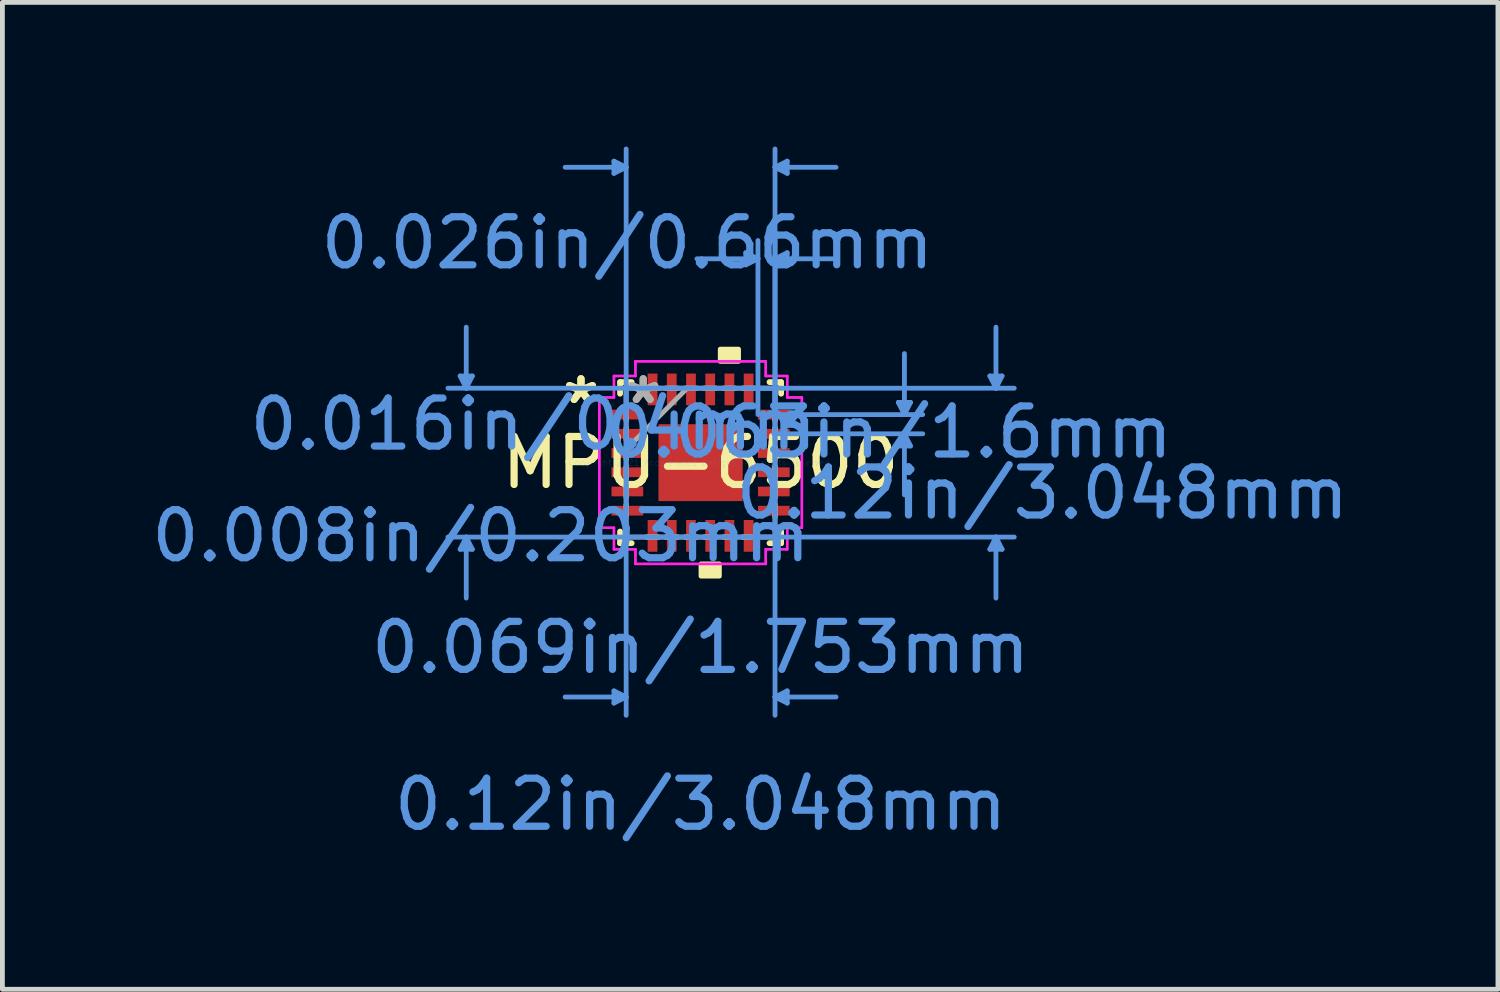
<source format=kicad_pcb>
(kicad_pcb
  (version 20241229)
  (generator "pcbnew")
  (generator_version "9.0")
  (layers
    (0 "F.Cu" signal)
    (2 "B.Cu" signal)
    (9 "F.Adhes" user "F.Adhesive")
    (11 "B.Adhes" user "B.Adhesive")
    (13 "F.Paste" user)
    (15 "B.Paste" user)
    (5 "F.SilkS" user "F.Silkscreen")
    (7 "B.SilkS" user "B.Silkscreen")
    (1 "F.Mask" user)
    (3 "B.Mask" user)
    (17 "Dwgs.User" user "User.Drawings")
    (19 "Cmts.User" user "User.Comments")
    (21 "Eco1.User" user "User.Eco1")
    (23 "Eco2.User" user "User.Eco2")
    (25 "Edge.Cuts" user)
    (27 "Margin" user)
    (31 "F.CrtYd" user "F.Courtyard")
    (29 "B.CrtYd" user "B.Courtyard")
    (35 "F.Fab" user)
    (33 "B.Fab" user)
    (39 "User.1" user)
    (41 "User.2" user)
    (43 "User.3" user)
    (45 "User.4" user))
  (footprint "MPU-6500"
    (layer "F.Cu")
    (at 11.53 6.578)
    (property "Reference" "MPU-6500" (at 0 0 0) (layer "F.SilkS") (effects (font (size 1 1) (thickness 0.15))))
    (attr through_hole)
    (fp_line (start -1.676 -1.676) (end -1.676 -1.434) (stroke (width 0.12) (type solid)) (layer "F.SilkS"))
    (fp_line (start -1.676 1.434) (end -1.676 1.676) (stroke (width 0.12) (type solid)) (layer "F.SilkS"))
    (fp_line (start -1.676 1.676) (end -1.434 1.676) (stroke (width 0.12) (type solid)) (layer "F.SilkS"))
    (fp_line (start -1.434 -1.676) (end -1.676 -1.676) (stroke (width 0.12) (type solid)) (layer "F.SilkS"))
    (fp_line (start 1.434 1.676) (end 1.676 1.676) (stroke (width 0.12) (type solid)) (layer "F.SilkS"))
    (fp_line (start 1.676 -1.676) (end 1.434 -1.676) (stroke (width 0.12) (type solid)) (layer "F.SilkS"))
    (fp_line (start 1.676 -1.434) (end 1.676 -1.676) (stroke (width 0.12) (type solid)) (layer "F.SilkS"))
    (fp_line (start 1.676 1.676) (end 1.676 1.434) (stroke (width 0.12) (type solid)) (layer "F.SilkS"))
    (fp_poly (pts (xy 0.009 2.108) (xy 0.009 2.362) (xy 0.391 2.362) (xy 0.391 2.108)) (stroke (width 0.1) (type solid)) (fill yes) (layer "F.SilkS"))
    (fp_poly (pts (xy 0.409 -2.108) (xy 0.409 -2.362) (xy 0.79 -2.362) (xy 0.79 -2.108)) (stroke (width 0.1) (type solid)) (fill yes) (layer "F.SilkS"))
    (fp_line (start -5.004 -1.803) (end -4.75 -1.803) (stroke (width 0.1) (type solid)) (layer "Cmts.User"))
    (fp_line (start -5.004 1.803) (end -4.75 1.803) (stroke (width 0.1) (type solid)) (layer "Cmts.User"))
    (fp_line (start -4.877 -1.549) (end -5.004 -1.803) (stroke (width 0.1) (type solid)) (layer "Cmts.User"))
    (fp_line (start -4.877 -1.549) (end -4.877 -2.819) (stroke (width 0.1) (type solid)) (layer "Cmts.User"))
    (fp_line (start -4.877 -1.549) (end -4.75 -1.803) (stroke (width 0.1) (type solid)) (layer "Cmts.User"))
    (fp_line (start -4.877 1.549) (end -5.004 1.803) (stroke (width 0.1) (type solid)) (layer "Cmts.User"))
    (fp_line (start -4.877 1.549) (end -4.877 2.819) (stroke (width 0.1) (type solid)) (layer "Cmts.User"))
    (fp_line (start -4.877 1.549) (end -4.75 1.803) (stroke (width 0.1) (type solid)) (layer "Cmts.User"))
    (fp_line (start -1.803 -6.274) (end -1.803 -6.02) (stroke (width 0.1) (type solid)) (layer "Cmts.User"))
    (fp_line (start -1.803 4.75) (end -1.803 5.004) (stroke (width 0.1) (type solid)) (layer "Cmts.User"))
    (fp_line (start -1.549 -6.147) (end -2.819 -6.147) (stroke (width 0.1) (type solid)) (layer "Cmts.User"))
    (fp_line (start -1.549 -6.147) (end -1.803 -6.274) (stroke (width 0.1) (type solid)) (layer "Cmts.User"))
    (fp_line (start -1.549 -6.147) (end -1.803 -6.02) (stroke (width 0.1) (type solid)) (layer "Cmts.User"))
    (fp_line (start -1.549 -1.549) (end -1.549 5.258) (stroke (width 0.1) (type solid)) (layer "Cmts.User"))
    (fp_line (start -1.549 -1) (end -1.549 -6.528) (stroke (width 0.1) (type solid)) (layer "Cmts.User"))
    (fp_line (start -1.549 4.877) (end -2.819 4.877) (stroke (width 0.1) (type solid)) (layer "Cmts.User"))
    (fp_line (start -1.549 4.877) (end -1.803 4.75) (stroke (width 0.1) (type solid)) (layer "Cmts.User"))
    (fp_line (start -1.549 4.877) (end -1.803 5.004) (stroke (width 0.1) (type solid)) (layer "Cmts.User"))
    (fp_line (start 0.94 -4.369) (end 0.94 -4.115) (stroke (width 0.1) (type solid)) (layer "Cmts.User"))
    (fp_line (start 1 -1.549) (end 6.528 -1.549) (stroke (width 0.1) (type solid)) (layer "Cmts.User"))
    (fp_line (start 1 1.549) (end 6.528 1.549) (stroke (width 0.1) (type solid)) (layer "Cmts.User"))
    (fp_line (start 1.194 -4.242) (end -0.076 -4.242) (stroke (width 0.1) (type solid)) (layer "Cmts.User"))
    (fp_line (start 1.194 -4.242) (end 0.94 -4.369) (stroke (width 0.1) (type solid)) (layer "Cmts.User"))
    (fp_line (start 1.194 -4.242) (end 0.94 -4.115) (stroke (width 0.1) (type solid)) (layer "Cmts.User"))
    (fp_line (start 1.194 -1) (end 1.194 -4.623) (stroke (width 0.1) (type solid)) (layer "Cmts.User"))
    (fp_line (start 1.524 -1) (end 4.623 -1) (stroke (width 0.1) (type solid)) (layer "Cmts.User"))
    (fp_line (start 1.524 -0.6) (end 4.623 -0.6) (stroke (width 0.1) (type solid)) (layer "Cmts.User"))
    (fp_line (start 1.549 -6.147) (end 1.803 -6.274) (stroke (width 0.1) (type solid)) (layer "Cmts.User"))
    (fp_line (start 1.549 -6.147) (end 1.803 -6.02) (stroke (width 0.1) (type solid)) (layer "Cmts.User"))
    (fp_line (start 1.549 -6.147) (end 2.819 -6.147) (stroke (width 0.1) (type solid)) (layer "Cmts.User"))
    (fp_line (start 1.549 -4.242) (end 1.803 -4.369) (stroke (width 0.1) (type solid)) (layer "Cmts.User"))
    (fp_line (start 1.549 -4.242) (end 1.803 -4.115) (stroke (width 0.1) (type solid)) (layer "Cmts.User"))
    (fp_line (start 1.549 -4.242) (end 2.819 -4.242) (stroke (width 0.1) (type solid)) (layer "Cmts.User"))
    (fp_line (start 1.549 -1.549) (end -5.258 -1.549) (stroke (width 0.1) (type solid)) (layer "Cmts.User"))
    (fp_line (start 1.549 -1.549) (end 1.549 5.258) (stroke (width 0.1) (type solid)) (layer "Cmts.User"))
    (fp_line (start 1.549 -1) (end 1.549 -6.528) (stroke (width 0.1) (type solid)) (layer "Cmts.User"))
    (fp_line (start 1.549 -1) (end 1.549 -4.623) (stroke (width 0.1) (type solid)) (layer "Cmts.User"))
    (fp_line (start 1.549 1.549) (end -5.258 1.549) (stroke (width 0.1) (type solid)) (layer "Cmts.User"))
    (fp_line (start 1.549 4.877) (end 1.803 4.75) (stroke (width 0.1) (type solid)) (layer "Cmts.User"))
    (fp_line (start 1.549 4.877) (end 1.803 5.004) (stroke (width 0.1) (type solid)) (layer "Cmts.User"))
    (fp_line (start 1.549 4.877) (end 2.819 4.877) (stroke (width 0.1) (type solid)) (layer "Cmts.User"))
    (fp_line (start 1.803 -6.274) (end 1.803 -6.02) (stroke (width 0.1) (type solid)) (layer "Cmts.User"))
    (fp_line (start 1.803 -4.369) (end 1.803 -4.115) (stroke (width 0.1) (type solid)) (layer "Cmts.User"))
    (fp_line (start 1.803 4.75) (end 1.803 5.004) (stroke (width 0.1) (type solid)) (layer "Cmts.User"))
    (fp_line (start 4.115 -1.254) (end 4.369 -1.254) (stroke (width 0.1) (type solid)) (layer "Cmts.User"))
    (fp_line (start 4.115 -0.346) (end 4.369 -0.346) (stroke (width 0.1) (type solid)) (layer "Cmts.User"))
    (fp_line (start 4.242 -1) (end 4.115 -1.254) (stroke (width 0.1) (type solid)) (layer "Cmts.User"))
    (fp_line (start 4.242 -1) (end 4.242 -2.27) (stroke (width 0.1) (type solid)) (layer "Cmts.User"))
    (fp_line (start 4.242 -1) (end 4.369 -1.254) (stroke (width 0.1) (type solid)) (layer "Cmts.User"))
    (fp_line (start 4.242 -0.6) (end 4.115 -0.346) (stroke (width 0.1) (type solid)) (layer "Cmts.User"))
    (fp_line (start 4.242 -0.6) (end 4.242 0.67) (stroke (width 0.1) (type solid)) (layer "Cmts.User"))
    (fp_line (start 4.242 -0.6) (end 4.369 -0.346) (stroke (width 0.1) (type solid)) (layer "Cmts.User"))
    (fp_line (start 6.02 -1.803) (end 6.274 -1.803) (stroke (width 0.1) (type solid)) (layer "Cmts.User"))
    (fp_line (start 6.02 1.803) (end 6.274 1.803) (stroke (width 0.1) (type solid)) (layer "Cmts.User"))
    (fp_line (start 6.147 -1.549) (end 6.02 -1.803) (stroke (width 0.1) (type solid)) (layer "Cmts.User"))
    (fp_line (start 6.147 -1.549) (end 6.147 -2.819) (stroke (width 0.1) (type solid)) (layer "Cmts.User"))
    (fp_line (start 6.147 -1.549) (end 6.274 -1.803) (stroke (width 0.1) (type solid)) (layer "Cmts.User"))
    (fp_line (start 6.147 1.549) (end 6.02 1.803) (stroke (width 0.1) (type solid)) (layer "Cmts.User"))
    (fp_line (start 6.147 1.549) (end 6.147 2.819) (stroke (width 0.1) (type solid)) (layer "Cmts.User"))
    (fp_line (start 6.147 1.549) (end 6.274 1.803) (stroke (width 0.1) (type solid)) (layer "Cmts.User"))
    (fp_line (start -2.108 -1.356) (end -1.803 -1.356) (stroke (width 0.05) (type solid)) (layer "F.CrtYd"))
    (fp_line (start -2.108 -1.356) (end -1.803 -1.356) (stroke (width 0.05) (type solid)) (layer "F.CrtYd"))
    (fp_line (start -2.108 1.356) (end -2.108 -1.356) (stroke (width 0.05) (type solid)) (layer "F.CrtYd"))
    (fp_line (start -2.108 1.356) (end -2.108 -1.356) (stroke (width 0.05) (type solid)) (layer "F.CrtYd"))
    (fp_line (start -1.803 -1.803) (end -1.356 -1.803) (stroke (width 0.05) (type solid)) (layer "F.CrtYd"))
    (fp_line (start -1.803 -1.803) (end -1.356 -1.803) (stroke (width 0.05) (type solid)) (layer "F.CrtYd"))
    (fp_line (start -1.803 -1.356) (end -1.803 -1.803) (stroke (width 0.05) (type solid)) (layer "F.CrtYd"))
    (fp_line (start -1.803 -1.356) (end -1.803 -1.803) (stroke (width 0.05) (type solid)) (layer "F.CrtYd"))
    (fp_line (start -1.803 1.356) (end -2.108 1.356) (stroke (width 0.05) (type solid)) (layer "F.CrtYd"))
    (fp_line (start -1.803 1.356) (end -2.108 1.356) (stroke (width 0.05) (type solid)) (layer "F.CrtYd"))
    (fp_line (start -1.803 1.803) (end -1.803 1.356) (stroke (width 0.05) (type solid)) (layer "F.CrtYd"))
    (fp_line (start -1.803 1.803) (end -1.803 1.356) (stroke (width 0.05) (type solid)) (layer "F.CrtYd"))
    (fp_line (start -1.356 -2.108) (end 1.356 -2.108) (stroke (width 0.05) (type solid)) (layer "F.CrtYd"))
    (fp_line (start -1.356 -2.108) (end 1.356 -2.108) (stroke (width 0.05) (type solid)) (layer "F.CrtYd"))
    (fp_line (start -1.356 -1.803) (end -1.356 -2.108) (stroke (width 0.05) (type solid)) (layer "F.CrtYd"))
    (fp_line (start -1.356 -1.803) (end -1.356 -2.108) (stroke (width 0.05) (type solid)) (layer "F.CrtYd"))
    (fp_line (start -1.356 1.803) (end -1.803 1.803) (stroke (width 0.05) (type solid)) (layer "F.CrtYd"))
    (fp_line (start -1.356 1.803) (end -1.803 1.803) (stroke (width 0.05) (type solid)) (layer "F.CrtYd"))
    (fp_line (start -1.356 2.108) (end -1.356 1.803) (stroke (width 0.05) (type solid)) (layer "F.CrtYd"))
    (fp_line (start -1.356 2.108) (end -1.356 1.803) (stroke (width 0.05) (type solid)) (layer "F.CrtYd"))
    (fp_line (start 1.356 -2.108) (end 1.356 -1.803) (stroke (width 0.05) (type solid)) (layer "F.CrtYd"))
    (fp_line (start 1.356 -2.108) (end 1.356 -1.803) (stroke (width 0.05) (type solid)) (layer "F.CrtYd"))
    (fp_line (start 1.356 -1.803) (end 1.803 -1.803) (stroke (width 0.05) (type solid)) (layer "F.CrtYd"))
    (fp_line (start 1.356 -1.803) (end 1.803 -1.803) (stroke (width 0.05) (type solid)) (layer "F.CrtYd"))
    (fp_line (start 1.356 1.803) (end 1.356 2.108) (stroke (width 0.05) (type solid)) (layer "F.CrtYd"))
    (fp_line (start 1.356 1.803) (end 1.356 2.108) (stroke (width 0.05) (type solid)) (layer "F.CrtYd"))
    (fp_line (start 1.356 2.108) (end -1.356 2.108) (stroke (width 0.05) (type solid)) (layer "F.CrtYd"))
    (fp_line (start 1.356 2.108) (end -1.356 2.108) (stroke (width 0.05) (type solid)) (layer "F.CrtYd"))
    (fp_line (start 1.803 -1.803) (end 1.803 -1.356) (stroke (width 0.05) (type solid)) (layer "F.CrtYd"))
    (fp_line (start 1.803 -1.803) (end 1.803 -1.356) (stroke (width 0.05) (type solid)) (layer "F.CrtYd"))
    (fp_line (start 1.803 -1.356) (end 2.108 -1.356) (stroke (width 0.05) (type solid)) (layer "F.CrtYd"))
    (fp_line (start 1.803 -1.356) (end 2.108 -1.356) (stroke (width 0.05) (type solid)) (layer "F.CrtYd"))
    (fp_line (start 1.803 1.356) (end 1.803 1.803) (stroke (width 0.05) (type solid)) (layer "F.CrtYd"))
    (fp_line (start 1.803 1.356) (end 1.803 1.803) (stroke (width 0.05) (type solid)) (layer "F.CrtYd"))
    (fp_line (start 1.803 1.803) (end 1.356 1.803) (stroke (width 0.05) (type solid)) (layer "F.CrtYd"))
    (fp_line (start 1.803 1.803) (end 1.356 1.803) (stroke (width 0.05) (type solid)) (layer "F.CrtYd"))
    (fp_line (start 2.108 -1.356) (end 2.108 1.356) (stroke (width 0.05) (type solid)) (layer "F.CrtYd"))
    (fp_line (start 2.108 -1.356) (end 2.108 1.356) (stroke (width 0.05) (type solid)) (layer "F.CrtYd"))
    (fp_line (start 2.108 1.356) (end 1.803 1.356) (stroke (width 0.05) (type solid)) (layer "F.CrtYd"))
    (fp_line (start 2.108 1.356) (end 1.803 1.356) (stroke (width 0.05) (type solid)) (layer "F.CrtYd"))
    (fp_line (start -1.549 -1.549) (end -1.549 -1.549) (stroke (width 0.1) (type solid)) (layer "F.Fab"))
    (fp_line (start -1.549 -1.549) (end -1.549 1.549) (stroke (width 0.1) (type solid)) (layer "F.Fab"))
    (fp_line (start -1.549 -1.127) (end -1.549 -1.127) (stroke (width 0.1) (type solid)) (layer "F.Fab"))
    (fp_line (start -1.549 -1.127) (end -1.549 -0.873) (stroke (width 0.1) (type solid)) (layer "F.Fab"))
    (fp_line (start -1.549 -0.873) (end -1.549 -1.127) (stroke (width 0.1) (type solid)) (layer "F.Fab"))
    (fp_line (start -1.549 -0.873) (end -1.549 -0.873) (stroke (width 0.1) (type solid)) (layer "F.Fab"))
    (fp_line (start -1.549 -0.727) (end -1.549 -0.727) (stroke (width 0.1) (type solid)) (layer "F.Fab"))
    (fp_line (start -1.549 -0.727) (end -1.549 -0.473) (stroke (width 0.1) (type solid)) (layer "F.Fab"))
    (fp_line (start -1.549 -0.473) (end -1.549 -0.727) (stroke (width 0.1) (type solid)) (layer "F.Fab"))
    (fp_line (start -1.549 -0.473) (end -1.549 -0.473) (stroke (width 0.1) (type solid)) (layer "F.Fab"))
    (fp_line (start -1.549 -0.327) (end -1.549 -0.327) (stroke (width 0.1) (type solid)) (layer "F.Fab"))
    (fp_line (start -1.549 -0.327) (end -1.549 -0.073) (stroke (width 0.1) (type solid)) (layer "F.Fab"))
    (fp_line (start -1.549 -0.279) (end -0.279 -1.549) (stroke (width 0.1) (type solid)) (layer "F.Fab"))
    (fp_line (start -1.549 -0.073) (end -1.549 -0.327) (stroke (width 0.1) (type solid)) (layer "F.Fab"))
    (fp_line (start -1.549 -0.073) (end -1.549 -0.073) (stroke (width 0.1) (type solid)) (layer "F.Fab"))
    (fp_line (start -1.549 0.073) (end -1.549 0.073) (stroke (width 0.1) (type solid)) (layer "F.Fab"))
    (fp_line (start -1.549 0.073) (end -1.549 0.327) (stroke (width 0.1) (type solid)) (layer "F.Fab"))
    (fp_line (start -1.549 0.327) (end -1.549 0.073) (stroke (width 0.1) (type solid)) (layer "F.Fab"))
    (fp_line (start -1.549 0.327) (end -1.549 0.327) (stroke (width 0.1) (type solid)) (layer "F.Fab"))
    (fp_line (start -1.549 0.473) (end -1.549 0.473) (stroke (width 0.1) (type solid)) (layer "F.Fab"))
    (fp_line (start -1.549 0.473) (end -1.549 0.727) (stroke (width 0.1) (type solid)) (layer "F.Fab"))
    (fp_line (start -1.549 0.727) (end -1.549 0.473) (stroke (width 0.1) (type solid)) (layer "F.Fab"))
    (fp_line (start -1.549 0.727) (end -1.549 0.727) (stroke (width 0.1) (type solid)) (layer "F.Fab"))
    (fp_line (start -1.549 0.873) (end -1.549 0.873) (stroke (width 0.1) (type solid)) (layer "F.Fab"))
    (fp_line (start -1.549 0.873) (end -1.549 1.127) (stroke (width 0.1) (type solid)) (layer "F.Fab"))
    (fp_line (start -1.549 1.127) (end -1.549 0.873) (stroke (width 0.1) (type solid)) (layer "F.Fab"))
    (fp_line (start -1.549 1.127) (end -1.549 1.127) (stroke (width 0.1) (type solid)) (layer "F.Fab"))
    (fp_line (start -1.549 1.549) (end -1.549 1.549) (stroke (width 0.1) (type solid)) (layer "F.Fab"))
    (fp_line (start -1.549 1.549) (end 1.549 1.549) (stroke (width 0.1) (type solid)) (layer "F.Fab"))
    (fp_line (start -1.127 -1.549) (end -1.127 -1.549) (stroke (width 0.1) (type solid)) (layer "F.Fab"))
    (fp_line (start -1.127 -1.549) (end -0.873 -1.549) (stroke (width 0.1) (type solid)) (layer "F.Fab"))
    (fp_line (start -1.127 1.549) (end -1.127 1.549) (stroke (width 0.1) (type solid)) (layer "F.Fab"))
    (fp_line (start -1.127 1.549) (end -0.873 1.549) (stroke (width 0.1) (type solid)) (layer "F.Fab"))
    (fp_line (start -0.873 -1.549) (end -1.127 -1.549) (stroke (width 0.1) (type solid)) (layer "F.Fab"))
    (fp_line (start -0.873 -1.549) (end -0.873 -1.549) (stroke (width 0.1) (type solid)) (layer "F.Fab"))
    (fp_line (start -0.873 1.549) (end -1.127 1.549) (stroke (width 0.1) (type solid)) (layer "F.Fab"))
    (fp_line (start -0.873 1.549) (end -0.873 1.549) (stroke (width 0.1) (type solid)) (layer "F.Fab"))
    (fp_line (start -0.727 -1.549) (end -0.727 -1.549) (stroke (width 0.1) (type solid)) (layer "F.Fab"))
    (fp_line (start -0.727 -1.549) (end -0.473 -1.549) (stroke (width 0.1) (type solid)) (layer "F.Fab"))
    (fp_line (start -0.727 1.549) (end -0.727 1.549) (stroke (width 0.1) (type solid)) (layer "F.Fab"))
    (fp_line (start -0.727 1.549) (end -0.473 1.549) (stroke (width 0.1) (type solid)) (layer "F.Fab"))
    (fp_line (start -0.473 -1.549) (end -0.727 -1.549) (stroke (width 0.1) (type solid)) (layer "F.Fab"))
    (fp_line (start -0.473 -1.549) (end -0.473 -1.549) (stroke (width 0.1) (type solid)) (layer "F.Fab"))
    (fp_line (start -0.473 1.549) (end -0.727 1.549) (stroke (width 0.1) (type solid)) (layer "F.Fab"))
    (fp_line (start -0.473 1.549) (end -0.473 1.549) (stroke (width 0.1) (type solid)) (layer "F.Fab"))
    (fp_line (start -0.327 -1.549) (end -0.327 -1.549) (stroke (width 0.1) (type solid)) (layer "F.Fab"))
    (fp_line (start -0.327 -1.549) (end -0.073 -1.549) (stroke (width 0.1) (type solid)) (layer "F.Fab"))
    (fp_line (start -0.327 1.549) (end -0.327 1.549) (stroke (width 0.1) (type solid)) (layer "F.Fab"))
    (fp_line (start -0.327 1.549) (end -0.073 1.549) (stroke (width 0.1) (type solid)) (layer "F.Fab"))
    (fp_line (start -0.073 -1.549) (end -0.327 -1.549) (stroke (width 0.1) (type solid)) (layer "F.Fab"))
    (fp_line (start -0.073 -1.549) (end -0.073 -1.549) (stroke (width 0.1) (type solid)) (layer "F.Fab"))
    (fp_line (start -0.073 1.549) (end -0.327 1.549) (stroke (width 0.1) (type solid)) (layer "F.Fab"))
    (fp_line (start -0.073 1.549) (end -0.073 1.549) (stroke (width 0.1) (type solid)) (layer "F.Fab"))
    (fp_line (start 0.073 -1.549) (end 0.073 -1.549) (stroke (width 0.1) (type solid)) (layer "F.Fab"))
    (fp_line (start 0.073 -1.549) (end 0.327 -1.549) (stroke (width 0.1) (type solid)) (layer "F.Fab"))
    (fp_line (start 0.073 1.549) (end 0.073 1.549) (stroke (width 0.1) (type solid)) (layer "F.Fab"))
    (fp_line (start 0.073 1.549) (end 0.327 1.549) (stroke (width 0.1) (type solid)) (layer "F.Fab"))
    (fp_line (start 0.327 -1.549) (end 0.073 -1.549) (stroke (width 0.1) (type solid)) (layer "F.Fab"))
    (fp_line (start 0.327 -1.549) (end 0.327 -1.549) (stroke (width 0.1) (type solid)) (layer "F.Fab"))
    (fp_line (start 0.327 1.549) (end 0.073 1.549) (stroke (width 0.1) (type solid)) (layer "F.Fab"))
    (fp_line (start 0.327 1.549) (end 0.327 1.549) (stroke (width 0.1) (type solid)) (layer "F.Fab"))
    (fp_line (start 0.473 -1.549) (end 0.473 -1.549) (stroke (width 0.1) (type solid)) (layer "F.Fab"))
    (fp_line (start 0.473 -1.549) (end 0.727 -1.549) (stroke (width 0.1) (type solid)) (layer "F.Fab"))
    (fp_line (start 0.473 1.549) (end 0.473 1.549) (stroke (width 0.1) (type solid)) (layer "F.Fab"))
    (fp_line (start 0.473 1.549) (end 0.727 1.549) (stroke (width 0.1) (type solid)) (layer "F.Fab"))
    (fp_line (start 0.727 -1.549) (end 0.473 -1.549) (stroke (width 0.1) (type solid)) (layer "F.Fab"))
    (fp_line (start 0.727 -1.549) (end 0.727 -1.549) (stroke (width 0.1) (type solid)) (layer "F.Fab"))
    (fp_line (start 0.727 1.549) (end 0.473 1.549) (stroke (width 0.1) (type solid)) (layer "F.Fab"))
    (fp_line (start 0.727 1.549) (end 0.727 1.549) (stroke (width 0.1) (type solid)) (layer "F.Fab"))
    (fp_line (start 0.873 -1.549) (end 0.873 -1.549) (stroke (width 0.1) (type solid)) (layer "F.Fab"))
    (fp_line (start 0.873 -1.549) (end 1.127 -1.549) (stroke (width 0.1) (type solid)) (layer "F.Fab"))
    (fp_line (start 0.873 1.549) (end 0.873 1.549) (stroke (width 0.1) (type solid)) (layer "F.Fab"))
    (fp_line (start 0.873 1.549) (end 1.127 1.549) (stroke (width 0.1) (type solid)) (layer "F.Fab"))
    (fp_line (start 1.127 -1.549) (end 0.873 -1.549) (stroke (width 0.1) (type solid)) (layer "F.Fab"))
    (fp_line (start 1.127 -1.549) (end 1.127 -1.549) (stroke (width 0.1) (type solid)) (layer "F.Fab"))
    (fp_line (start 1.127 1.549) (end 0.873 1.549) (stroke (width 0.1) (type solid)) (layer "F.Fab"))
    (fp_line (start 1.127 1.549) (end 1.127 1.549) (stroke (width 0.1) (type solid)) (layer "F.Fab"))
    (fp_line (start 1.549 -1.549) (end -1.549 -1.549) (stroke (width 0.1) (type solid)) (layer "F.Fab"))
    (fp_line (start 1.549 -1.549) (end 1.549 -1.549) (stroke (width 0.1) (type solid)) (layer "F.Fab"))
    (fp_line (start 1.549 -1.127) (end 1.549 -1.127) (stroke (width 0.1) (type solid)) (layer "F.Fab"))
    (fp_line (start 1.549 -1.127) (end 1.549 -0.873) (stroke (width 0.1) (type solid)) (layer "F.Fab"))
    (fp_line (start 1.549 -0.873) (end 1.549 -1.127) (stroke (width 0.1) (type solid)) (layer "F.Fab"))
    (fp_line (start 1.549 -0.873) (end 1.549 -0.873) (stroke (width 0.1) (type solid)) (layer "F.Fab"))
    (fp_line (start 1.549 -0.727) (end 1.549 -0.727) (stroke (width 0.1) (type solid)) (layer "F.Fab"))
    (fp_line (start 1.549 -0.727) (end 1.549 -0.473) (stroke (width 0.1) (type solid)) (layer "F.Fab"))
    (fp_line (start 1.549 -0.473) (end 1.549 -0.727) (stroke (width 0.1) (type solid)) (layer "F.Fab"))
    (fp_line (start 1.549 -0.473) (end 1.549 -0.473) (stroke (width 0.1) (type solid)) (layer "F.Fab"))
    (fp_line (start 1.549 -0.327) (end 1.549 -0.327) (stroke (width 0.1) (type solid)) (layer "F.Fab"))
    (fp_line (start 1.549 -0.327) (end 1.549 -0.073) (stroke (width 0.1) (type solid)) (layer "F.Fab"))
    (fp_line (start 1.549 -0.073) (end 1.549 -0.327) (stroke (width 0.1) (type solid)) (layer "F.Fab"))
    (fp_line (start 1.549 -0.073) (end 1.549 -0.073) (stroke (width 0.1) (type solid)) (layer "F.Fab"))
    (fp_line (start 1.549 0.073) (end 1.549 0.073) (stroke (width 0.1) (type solid)) (layer "F.Fab"))
    (fp_line (start 1.549 0.073) (end 1.549 0.327) (stroke (width 0.1) (type solid)) (layer "F.Fab"))
    (fp_line (start 1.549 0.327) (end 1.549 0.073) (stroke (width 0.1) (type solid)) (layer "F.Fab"))
    (fp_line (start 1.549 0.327) (end 1.549 0.327) (stroke (width 0.1) (type solid)) (layer "F.Fab"))
    (fp_line (start 1.549 0.473) (end 1.549 0.473) (stroke (width 0.1) (type solid)) (layer "F.Fab"))
    (fp_line (start 1.549 0.473) (end 1.549 0.727) (stroke (width 0.1) (type solid)) (layer "F.Fab"))
    (fp_line (start 1.549 0.727) (end 1.549 0.473) (stroke (width 0.1) (type solid)) (layer "F.Fab"))
    (fp_line (start 1.549 0.727) (end 1.549 0.727) (stroke (width 0.1) (type solid)) (layer "F.Fab"))
    (fp_line (start 1.549 0.873) (end 1.549 0.873) (stroke (width 0.1) (type solid)) (layer "F.Fab"))
    (fp_line (start 1.549 0.873) (end 1.549 1.127) (stroke (width 0.1) (type solid)) (layer "F.Fab"))
    (fp_line (start 1.549 1.127) (end 1.549 0.873) (stroke (width 0.1) (type solid)) (layer "F.Fab"))
    (fp_line (start 1.549 1.127) (end 1.549 1.127) (stroke (width 0.1) (type solid)) (layer "F.Fab"))
    (fp_line (start 1.549 1.549) (end 1.549 -1.549) (stroke (width 0.1) (type solid)) (layer "F.Fab"))
    (fp_line (start 1.549 1.549) (end 1.549 1.549) (stroke (width 0.1) (type solid)) (layer "F.Fab"))
    (fp_text user "*" (at -2.489 -1.2 0) (layer "F.SilkS") (effects (font (size 1 1) (thickness 0.15))))
    (fp_text user "*" (at -2.489 -1.2 0) (layer "F.SilkS") (effects (font (size 1 1) (thickness 0.15))))
    (fp_text user "0.063in/1.6mm" (at 3.924 -0.635 0) (layer "Cmts.User") (effects (font (size 1 1) (thickness 0.15))))
    (fp_text user "0.12in/3.048mm" (at 7.112 0.635 0) (layer "Cmts.User") (effects (font (size 1 1) (thickness 0.15))))
    (fp_text user "0.026in/0.66mm" (at -1.524 -4.572 0) (layer "Cmts.User") (effects (font (size 1 1) (thickness 0.15))))
    (fp_text user "0.069in/1.753mm" (at 0 3.848 0) (layer "Cmts.User") (effects (font (size 1 1) (thickness 0.15))))
    (fp_text user "0.12in/3.048mm" (at 0 7.112 0) (layer "Cmts.User") (effects (font (size 1 1) (thickness 0.15))))
    (fp_text user "Copyright 2021 Accelerated Designs. All rights reserved." (at 0 0 0) (layer "Cmts.User") (effects (font (size 0.127 0.127) (thickness 0.002))))
    (fp_text user "0.016in/0.4mm" (at -3.48 -0.8 0) (layer "Cmts.User") (effects (font (size 1 1) (thickness 0.15))))
    (fp_text user "0.008in/0.203mm" (at -4.572 1.524 0) (layer "Cmts.User") (effects (font (size 1 1) (thickness 0.15))))
    (fp_text user "*" (at -1.194 -1.2 0) (layer "F.Fab") (effects (font (size 1 1) (thickness 0.15))))
    (fp_text user "*" (at -1.194 -1.2 0) (layer "F.Fab") (effects (font (size 1 1) (thickness 0.15))))
    (pad "1" smd rect (at -1.524 -1 90) (size 0.203 0.66) (layers "F.Cu" "F.Mask" "F.Paste"))
    (pad "2" smd rect (at -1.524 -0.6 90) (size 0.203 0.66) (layers "F.Cu" "F.Mask" "F.Paste"))
    (pad "3" smd rect (at -1.524 -0.2 90) (size 0.203 0.66) (layers "F.Cu" "F.Mask" "F.Paste"))
    (pad "4" smd rect (at -1.524 0.2 90) (size 0.203 0.66) (layers "F.Cu" "F.Mask" "F.Paste"))
    (pad "5" smd rect (at -1.524 0.6 90) (size 0.203 0.66) (layers "F.Cu" "F.Mask" "F.Paste"))
    (pad "6" smd rect (at -1.524 1 90) (size 0.203 0.66) (layers "F.Cu" "F.Mask" "F.Paste"))
    (pad "7" smd rect (at -1 1.524) (size 0.203 0.66) (layers "F.Cu" "F.Mask" "F.Paste"))
    (pad "8" smd rect (at -0.6 1.524) (size 0.203 0.66) (layers "F.Cu" "F.Mask" "F.Paste"))
    (pad "9" smd rect (at -0.2 1.524) (size 0.203 0.66) (layers "F.Cu" "F.Mask" "F.Paste"))
    (pad "10" smd rect (at 0.2 1.524) (size 0.203 0.66) (layers "F.Cu" "F.Mask" "F.Paste"))
    (pad "11" smd rect (at 0.6 1.524) (size 0.203 0.66) (layers "F.Cu" "F.Mask" "F.Paste"))
    (pad "12" smd rect (at 1 1.524) (size 0.203 0.66) (layers "F.Cu" "F.Mask" "F.Paste"))
    (pad "13" smd rect (at 1.524 1 90) (size 0.203 0.66) (layers "F.Cu" "F.Mask" "F.Paste"))
    (pad "14" smd rect (at 1.524 0.6 90) (size 0.203 0.66) (layers "F.Cu" "F.Mask" "F.Paste"))
    (pad "15" smd rect (at 1.524 0.2 90) (size 0.203 0.66) (layers "F.Cu" "F.Mask" "F.Paste"))
    (pad "16" smd rect (at 1.524 -0.2 90) (size 0.203 0.66) (layers "F.Cu" "F.Mask" "F.Paste"))
    (pad "17" smd rect (at 1.524 -0.6 90) (size 0.203 0.66) (layers "F.Cu" "F.Mask" "F.Paste"))
    (pad "18" smd rect (at 1.524 -1 90) (size 0.203 0.66) (layers "F.Cu" "F.Mask" "F.Paste"))
    (pad "19" smd rect (at 1 -1.524) (size 0.203 0.66) (layers "F.Cu" "F.Mask" "F.Paste"))
    (pad "20" smd rect (at 0.6 -1.524) (size 0.203 0.66) (layers "F.Cu" "F.Mask" "F.Paste"))
    (pad "21" smd rect (at 0.2 -1.524) (size 0.203 0.66) (layers "F.Cu" "F.Mask" "F.Paste"))
    (pad "22" smd rect (at -0.2 -1.524) (size 0.203 0.66) (layers "F.Cu" "F.Mask" "F.Paste"))
    (pad "23" smd rect (at -0.6 -1.524) (size 0.203 0.66) (layers "F.Cu" "F.Mask" "F.Paste"))
    (pad "24" smd rect (at -1 -1.524) (size 0.203 0.66) (layers "F.Cu" "F.Mask" "F.Paste"))
    (pad "25" smd rect (at 0 0) (size 1.753 1.6) (layers "F.Cu" "F.Mask" "F.Paste")))
  (gr_rect
    (start -3 -3)
    (end 28.124 17.538)
    (stroke (width 0.1) (type default))
    (fill no)
    (layer "Edge.Cuts")))
</source>
